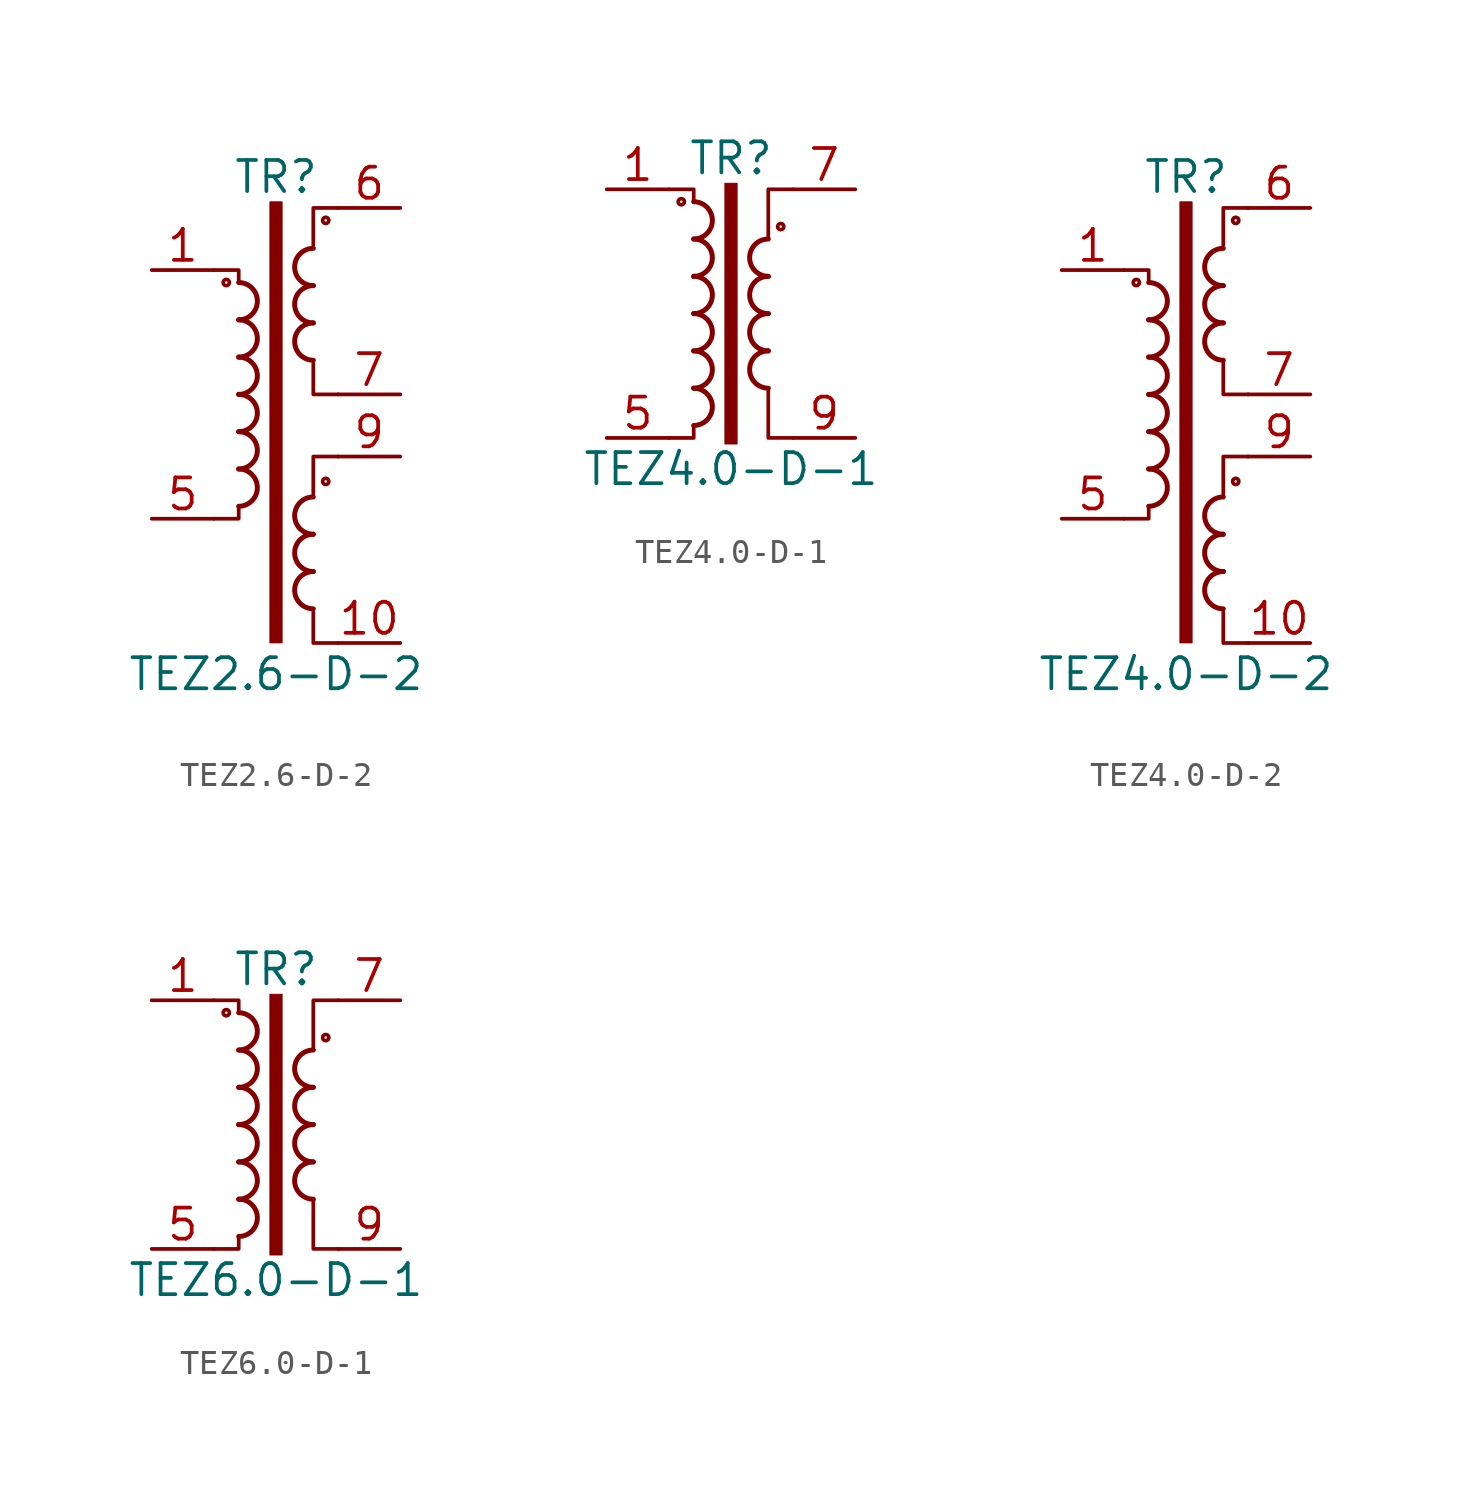
<source format=kicad_sym>
(kicad_symbol_lib
  (version 20241209)
  (generator "kicad_symbol_editor")
  (generator_version "9.0")
  (symbol "TEZ2.6-D-2"
    (pin_names
      (offset 0.025))
    (property "Reference" "TR"
      (at 0 8.89 0)
      (effects (font (size 1.27 1.27))))
    (property "Value" "TEZ2.6-D-2"
      (at 0 -11.43 0)
      (effects (font (size 1.27 1.27))))
    (symbol "TEZ2.6-D-2_0_1"
      (circle (center -2.032 4.572) (radius 0.127) (stroke (width 0) (type default)) (fill (type none)))
      (arc (start -1.524 4.572) (mid -0.7653 3.81) (end -1.524 3.048) (stroke (width 0.2032) (type default)) (fill (type none)))
      (arc (start -1.524 3.048) (mid -0.7653 2.286) (end -1.524 1.524) (stroke (width 0.2032) (type default)) (fill (type none)))
      (arc (start -1.524 1.524) (mid -0.7653 0.762) (end -1.524 0) (stroke (width 0.2032) (type default)) (fill (type none)))
      (arc (start -1.524 0) (mid -0.7653 -0.762) (end -1.524 -1.524) (stroke (width 0.2032) (type default)) (fill (type none)))
      (arc (start -1.524 -1.524) (mid -0.7653 -2.286) (end -1.524 -3.048) (stroke (width 0.2032) (type default)) (fill (type none)))
      (arc (start -1.524 -3.048) (mid -0.7653 -3.81) (end -1.524 -4.572) (stroke (width 0.2032) (type default)) (fill (type none)))
      (polyline (pts (xy -1.524 4.572) (xy -1.524 5.08) (xy -2.54 5.08)) (stroke (width 0) (type default)) (fill (type none)))
      (polyline (pts (xy -1.524 -4.572) (xy -1.524 -5.08) (xy -2.54 -5.08)) (stroke (width 0) (type default)) (fill (type none)))
      (rectangle (start -0.254 7.874) (end 0.254 -10.16) (stroke (width 0.025) (type default)) (fill (type outline)))
      (polyline (pts (xy 1.524 -8.89) (xy 1.524 -10.16) (xy 2.54 -10.16)) (stroke (width 0) (type default)) (fill (type none)))
      (arc (start 1.524 4.445) (mid 0.7653 5.207) (end 1.524 5.969) (stroke (width 0.2032) (type default)) (fill (type none)))
      (arc (start 1.524 2.921) (mid 0.7653 3.683) (end 1.524 4.445) (stroke (width 0.2032) (type default)) (fill (type none)))
      (arc (start 1.524 1.397) (mid 0.7653 2.159) (end 1.524 2.921) (stroke (width 0.2032) (type default)) (fill (type none)))
      (arc (start 1.524 -5.715) (mid 0.7653 -4.953) (end 1.524 -4.191) (stroke (width 0.2032) (type default)) (fill (type none)))
      (arc (start 1.524 -7.239) (mid 0.7653 -6.477) (end 1.524 -5.715) (stroke (width 0.2032) (type default)) (fill (type none)))
      (arc (start 1.524 -8.763) (mid 0.7653 -8.001) (end 1.524 -7.239) (stroke (width 0.2032) (type default)) (fill (type none)))
      (circle (center 2.032 7.112) (radius 0.127) (stroke (width 0) (type default)) (fill (type none)))
      (circle (center 2.032 -3.556) (radius 0.127) (stroke (width 0) (type default)) (fill (type none)))
      (polyline (pts (xy 2.54 7.62) (xy 1.524 7.62) (xy 1.524 6.096)) (stroke (width 0) (type default)) (fill (type none)))
      (polyline (pts (xy 2.54 0) (xy 1.524 0) (xy 1.524 1.27)) (stroke (width 0) (type default)) (fill (type none)))
      (polyline (pts (xy 2.54 -2.54) (xy 1.524 -2.54) (xy 1.524 -4.064)) (stroke (width 0) (type default)) (fill (type none))))
    (symbol "TEZ2.6-D-2_1_1"
      (pin passive line (at -5.08 5.08 0) (length 2.54) (name "~" (effects (font (size 1.27 1.27)))) (number "1" (effects (font (size 1.27 1.27)))))
      (pin passive line (at -5.08 -5.08 0) (length 2.54) (name "~" (effects (font (size 1.27 1.27)))) (number "5" (effects (font (size 1.27 1.27)))))
      (pin passive line (at 5.08 7.62 180) (length 2.54) (name "~" (effects (font (size 1.27 1.27)))) (number "6" (effects (font (size 1.27 1.27)))))
      (pin passive line (at 5.08 0 180) (length 2.54) (name "~" (effects (font (size 1.27 1.27)))) (number "7" (effects (font (size 1.27 1.27)))))
      (pin passive line (at 5.08 -2.54 180) (length 2.54) (name "~" (effects (font (size 1.27 1.27)))) (number "9" (effects (font (size 1.27 1.27)))))
      (pin passive line (at 5.08 -10.16 180) (length 2.54) (name "~" (effects (font (size 1.27 1.27)))) (number "10" (effects (font (size 1.27 1.27)))))))
  (symbol "TEZ4.0-D-1"
    (pin_names
      (offset 0.025))
    (property "Reference" "TR"
      (at 0 6.35 0)
      (effects (font (size 1.27 1.27))))
    (property "Value" "TEZ4.0-D-1"
      (at 0 -6.35 0)
      (effects (font (size 1.27 1.27))))
    (symbol "TEZ4.0-D-1_0_1"
      (circle (center -2.032 4.572) (radius 0.127) (stroke (width 0) (type default)) (fill (type none)))
      (arc (start -1.524 4.572) (mid -0.7653 3.81) (end -1.524 3.048) (stroke (width 0.2032) (type default)) (fill (type none)))
      (arc (start -1.524 3.048) (mid -0.7653 2.286) (end -1.524 1.524) (stroke (width 0.2032) (type default)) (fill (type none)))
      (arc (start -1.524 1.524) (mid -0.7653 0.762) (end -1.524 0) (stroke (width 0.2032) (type default)) (fill (type none)))
      (arc (start -1.524 0) (mid -0.7653 -0.762) (end -1.524 -1.524) (stroke (width 0.2032) (type default)) (fill (type none)))
      (arc (start -1.524 -1.524) (mid -0.7653 -2.286) (end -1.524 -3.048) (stroke (width 0.2032) (type default)) (fill (type none)))
      (arc (start -1.524 -3.048) (mid -0.7653 -3.81) (end -1.524 -4.572) (stroke (width 0.2032) (type default)) (fill (type none)))
      (polyline (pts (xy -1.524 4.572) (xy -1.524 5.08) (xy -2.54 5.08)) (stroke (width 0) (type default)) (fill (type none)))
      (polyline (pts (xy -1.524 -4.572) (xy -1.524 -5.08) (xy -2.54 -5.08)) (stroke (width 0) (type default)) (fill (type none)))
      (rectangle (start -0.254 5.334) (end 0.254 -5.334) (stroke (width 0.025) (type default)) (fill (type outline)))
      (polyline (pts (xy 1.524 3.048) (xy 1.524 5.08) (xy 2.54 5.08)) (stroke (width 0.152) (type default)) (fill (type none)))
      (arc (start 1.524 1.524) (mid 0.7653 2.286) (end 1.524 3.048) (stroke (width 0.2032) (type default)) (fill (type none)))
      (arc (start 1.524 0) (mid 0.7653 0.762) (end 1.524 1.524) (stroke (width 0.2032) (type default)) (fill (type none)))
      (arc (start 1.524 -1.524) (mid 0.7653 -0.762) (end 1.524 0) (stroke (width 0.2032) (type default)) (fill (type none)))
      (arc (start 1.524 -3.048) (mid 0.7653 -2.286) (end 1.524 -1.524) (stroke (width 0.2032) (type default)) (fill (type none)))
      (circle (center 2.032 3.556) (radius 0.127) (stroke (width 0) (type default)) (fill (type none)))
      (polyline (pts (xy 2.54 -5.08) (xy 1.524 -5.08) (xy 1.524 -3.048)) (stroke (width 0.152) (type default)) (fill (type none))))
    (symbol "TEZ4.0-D-1_1_1"
      (pin passive line (at -5.08 5.08 0) (length 2.54) (name "~" (effects (font (size 1.27 1.27)))) (number "1" (effects (font (size 1.27 1.27)))))
      (pin passive line (at -5.08 -5.08 0) (length 2.54) (name "~" (effects (font (size 1.27 1.27)))) (number "5" (effects (font (size 1.27 1.27)))))
      (pin passive line (at 5.08 5.08 180) (length 2.54) (name "~" (effects (font (size 1.27 1.27)))) (number "7" (effects (font (size 1.27 1.27)))))
      (pin passive line (at 5.08 -5.08 180) (length 2.54) (name "~" (effects (font (size 1.27 1.27)))) (number "9" (effects (font (size 1.27 1.27)))))))
  (symbol "TEZ4.0-D-2"
    (pin_names
      (offset 0.025))
    (property "Reference" "TR"
      (at 0 8.89 0)
      (effects (font (size 1.27 1.27))))
    (property "Value" "TEZ4.0-D-2"
      (at 0 -11.43 0)
      (effects (font (size 1.27 1.27))))
    (symbol "TEZ4.0-D-2_0_1"
      (circle (center -2.032 4.572) (radius 0.127) (stroke (width 0) (type default)) (fill (type none)))
      (arc (start -1.524 4.572) (mid -0.7653 3.81) (end -1.524 3.048) (stroke (width 0.2032) (type default)) (fill (type none)))
      (arc (start -1.524 3.048) (mid -0.7653 2.286) (end -1.524 1.524) (stroke (width 0.2032) (type default)) (fill (type none)))
      (arc (start -1.524 1.524) (mid -0.7653 0.762) (end -1.524 0) (stroke (width 0.2032) (type default)) (fill (type none)))
      (arc (start -1.524 0) (mid -0.7653 -0.762) (end -1.524 -1.524) (stroke (width 0.2032) (type default)) (fill (type none)))
      (arc (start -1.524 -1.524) (mid -0.7653 -2.286) (end -1.524 -3.048) (stroke (width 0.2032) (type default)) (fill (type none)))
      (arc (start -1.524 -3.048) (mid -0.7653 -3.81) (end -1.524 -4.572) (stroke (width 0.2032) (type default)) (fill (type none)))
      (polyline (pts (xy -1.524 4.572) (xy -1.524 5.08) (xy -2.54 5.08)) (stroke (width 0) (type default)) (fill (type none)))
      (polyline (pts (xy -1.524 -4.572) (xy -1.524 -5.08) (xy -2.54 -5.08)) (stroke (width 0) (type default)) (fill (type none)))
      (rectangle (start -0.254 7.874) (end 0.254 -10.16) (stroke (width 0.025) (type default)) (fill (type outline)))
      (polyline (pts (xy 1.524 -8.89) (xy 1.524 -10.16) (xy 2.54 -10.16)) (stroke (width 0) (type default)) (fill (type none)))
      (arc (start 1.524 4.445) (mid 0.7653 5.207) (end 1.524 5.969) (stroke (width 0.2032) (type default)) (fill (type none)))
      (arc (start 1.524 2.921) (mid 0.7653 3.683) (end 1.524 4.445) (stroke (width 0.2032) (type default)) (fill (type none)))
      (arc (start 1.524 1.397) (mid 0.7653 2.159) (end 1.524 2.921) (stroke (width 0.2032) (type default)) (fill (type none)))
      (arc (start 1.524 -5.715) (mid 0.7653 -4.953) (end 1.524 -4.191) (stroke (width 0.2032) (type default)) (fill (type none)))
      (arc (start 1.524 -7.239) (mid 0.7653 -6.477) (end 1.524 -5.715) (stroke (width 0.2032) (type default)) (fill (type none)))
      (arc (start 1.524 -8.763) (mid 0.7653 -8.001) (end 1.524 -7.239) (stroke (width 0.2032) (type default)) (fill (type none)))
      (circle (center 2.032 7.112) (radius 0.127) (stroke (width 0) (type default)) (fill (type none)))
      (circle (center 2.032 -3.556) (radius 0.127) (stroke (width 0) (type default)) (fill (type none)))
      (polyline (pts (xy 2.54 7.62) (xy 1.524 7.62) (xy 1.524 6.096)) (stroke (width 0) (type default)) (fill (type none)))
      (polyline (pts (xy 2.54 0) (xy 1.524 0) (xy 1.524 1.27)) (stroke (width 0) (type default)) (fill (type none)))
      (polyline (pts (xy 2.54 -2.54) (xy 1.524 -2.54) (xy 1.524 -4.064)) (stroke (width 0) (type default)) (fill (type none))))
    (symbol "TEZ4.0-D-2_1_1"
      (pin passive line (at -5.08 5.08 0) (length 2.54) (name "~" (effects (font (size 1.27 1.27)))) (number "1" (effects (font (size 1.27 1.27)))))
      (pin passive line (at -5.08 -5.08 0) (length 2.54) (name "~" (effects (font (size 1.27 1.27)))) (number "5" (effects (font (size 1.27 1.27)))))
      (pin passive line (at 5.08 7.62 180) (length 2.54) (name "~" (effects (font (size 1.27 1.27)))) (number "6" (effects (font (size 1.27 1.27)))))
      (pin passive line (at 5.08 0 180) (length 2.54) (name "~" (effects (font (size 1.27 1.27)))) (number "7" (effects (font (size 1.27 1.27)))))
      (pin passive line (at 5.08 -2.54 180) (length 2.54) (name "~" (effects (font (size 1.27 1.27)))) (number "9" (effects (font (size 1.27 1.27)))))
      (pin passive line (at 5.08 -10.16 180) (length 2.54) (name "~" (effects (font (size 1.27 1.27)))) (number "10" (effects (font (size 1.27 1.27)))))))
  (symbol "TEZ6.0-D-1"
    (pin_names
      (offset 0.025))
    (property "Reference" "TR"
      (at 0 6.35 0)
      (effects (font (size 1.27 1.27))))
    (property "Value" "TEZ6.0-D-1"
      (at 0 -6.35 0)
      (effects (font (size 1.27 1.27))))
    (symbol "TEZ6.0-D-1_0_1"
      (circle (center -2.032 4.572) (radius 0.127) (stroke (width 0) (type default)) (fill (type none)))
      (arc (start -1.524 4.572) (mid -0.7653 3.81) (end -1.524 3.048) (stroke (width 0.2032) (type default)) (fill (type none)))
      (arc (start -1.524 3.048) (mid -0.7653 2.286) (end -1.524 1.524) (stroke (width 0.2032) (type default)) (fill (type none)))
      (arc (start -1.524 1.524) (mid -0.7653 0.762) (end -1.524 0) (stroke (width 0.2032) (type default)) (fill (type none)))
      (arc (start -1.524 0) (mid -0.7653 -0.762) (end -1.524 -1.524) (stroke (width 0.2032) (type default)) (fill (type none)))
      (arc (start -1.524 -1.524) (mid -0.7653 -2.286) (end -1.524 -3.048) (stroke (width 0.2032) (type default)) (fill (type none)))
      (arc (start -1.524 -3.048) (mid -0.7653 -3.81) (end -1.524 -4.572) (stroke (width 0.2032) (type default)) (fill (type none)))
      (polyline (pts (xy -1.524 4.572) (xy -1.524 5.08) (xy -2.54 5.08)) (stroke (width 0) (type default)) (fill (type none)))
      (polyline (pts (xy -1.524 -4.572) (xy -1.524 -5.08) (xy -2.54 -5.08)) (stroke (width 0) (type default)) (fill (type none)))
      (rectangle (start -0.254 5.334) (end 0.254 -5.334) (stroke (width 0.025) (type default)) (fill (type outline)))
      (polyline (pts (xy 1.524 3.048) (xy 1.524 5.08) (xy 2.54 5.08)) (stroke (width 0.152) (type default)) (fill (type none)))
      (arc (start 1.524 1.524) (mid 0.7653 2.286) (end 1.524 3.048) (stroke (width 0.2032) (type default)) (fill (type none)))
      (arc (start 1.524 0) (mid 0.7653 0.762) (end 1.524 1.524) (stroke (width 0.2032) (type default)) (fill (type none)))
      (arc (start 1.524 -1.524) (mid 0.7653 -0.762) (end 1.524 0) (stroke (width 0.2032) (type default)) (fill (type none)))
      (arc (start 1.524 -3.048) (mid 0.7653 -2.286) (end 1.524 -1.524) (stroke (width 0.2032) (type default)) (fill (type none)))
      (circle (center 2.032 3.556) (radius 0.127) (stroke (width 0) (type default)) (fill (type none)))
      (polyline (pts (xy 2.54 -5.08) (xy 1.524 -5.08) (xy 1.524 -3.048)) (stroke (width 0.152) (type default)) (fill (type none))))
    (symbol "TEZ6.0-D-1_1_1"
      (pin passive line (at -5.08 5.08 0) (length 2.54) (name "~" (effects (font (size 1.27 1.27)))) (number "1" (effects (font (size 1.27 1.27)))))
      (pin passive line (at -5.08 -5.08 0) (length 2.54) (name "~" (effects (font (size 1.27 1.27)))) (number "5" (effects (font (size 1.27 1.27)))))
      (pin passive line (at 5.08 5.08 180) (length 2.54) (name "~" (effects (font (size 1.27 1.27)))) (number "7" (effects (font (size 1.27 1.27)))))
      (pin passive line (at 5.08 -5.08 180) (length 2.54) (name "~" (effects (font (size 1.27 1.27)))) (number "9" (effects (font (size 1.27 1.27))))))))
</source>
